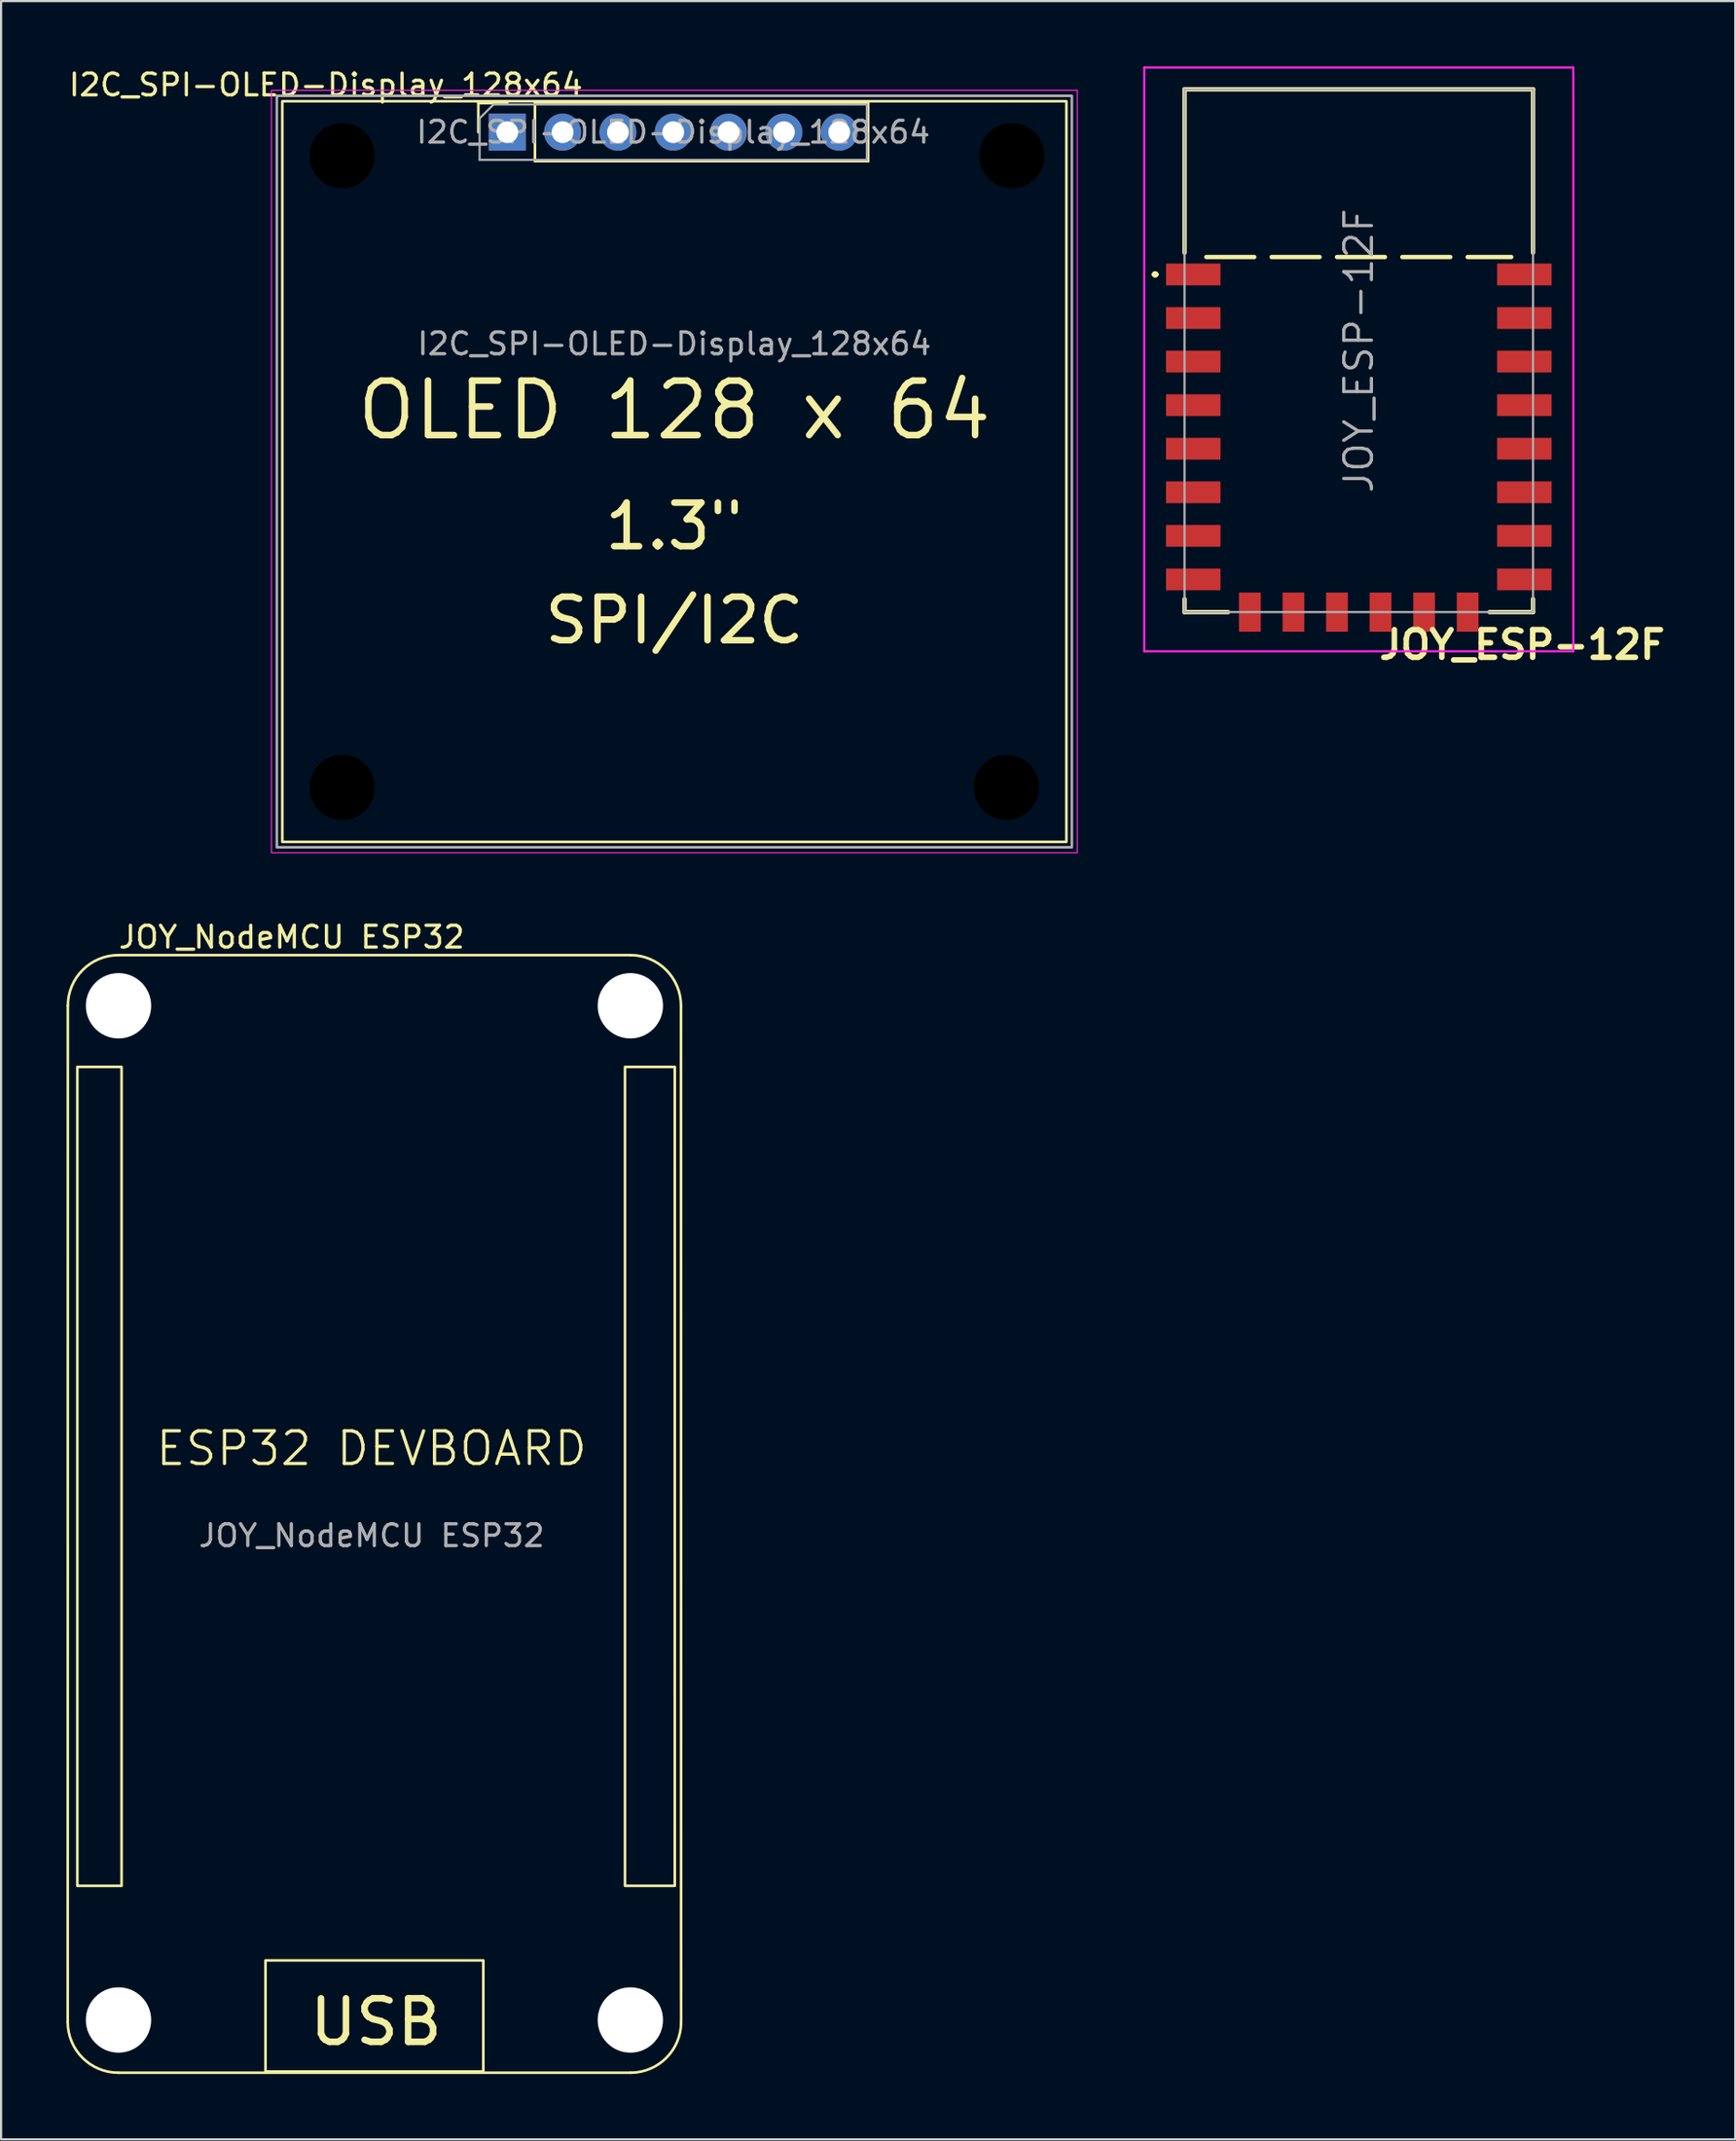
<source format=kicad_pcb>
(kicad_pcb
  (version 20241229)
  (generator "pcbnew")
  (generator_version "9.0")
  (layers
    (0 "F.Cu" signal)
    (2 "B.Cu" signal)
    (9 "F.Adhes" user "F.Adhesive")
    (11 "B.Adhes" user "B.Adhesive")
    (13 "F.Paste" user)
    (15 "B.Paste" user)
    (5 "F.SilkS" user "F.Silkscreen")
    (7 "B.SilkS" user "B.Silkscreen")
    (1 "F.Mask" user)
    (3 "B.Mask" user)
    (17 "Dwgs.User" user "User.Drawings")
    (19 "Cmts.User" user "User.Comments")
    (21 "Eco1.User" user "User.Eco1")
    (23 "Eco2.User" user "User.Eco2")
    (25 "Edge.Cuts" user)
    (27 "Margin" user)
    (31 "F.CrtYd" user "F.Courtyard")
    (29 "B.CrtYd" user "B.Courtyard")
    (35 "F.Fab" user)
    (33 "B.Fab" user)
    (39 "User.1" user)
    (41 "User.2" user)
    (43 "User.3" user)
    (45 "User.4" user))
  (footprint "JOY_ESP-12F"
    (layer "F.Cu")
    (at 59.336 13.05)
    (property "Reference" "JOY_ESP-12F" (at 7.5 13.5 0) (layer "F.SilkS") (effects (font (size 1.27 1.27) (thickness 0.254))))
    (attr smd)
    (fp_line (start -9.4 -3.5) (end -9.4 -3.5) (stroke (width 0.2) (type solid)) (layer "F.SilkS"))
    (fp_line (start -9.3 -3.5) (end -9.3 -3.5) (stroke (width 0.2) (type solid)) (layer "F.SilkS"))
    (fp_line (start -9.3 -3.5) (end -9.3 -3.5) (stroke (width 0.2) (type solid)) (layer "F.SilkS"))
    (fp_line (start -8 -12) (end 8 -12) (stroke (width 0.2) (type solid)) (layer "F.SilkS"))
    (fp_line (start -8 -4.5) (end -8 -12) (stroke (width 0.2) (type solid)) (layer "F.SilkS"))
    (fp_line (start -8 11.4) (end -8 12) (stroke (width 0.2) (type solid)) (layer "F.SilkS"))
    (fp_line (start -8 12) (end -6 12) (stroke (width 0.2) (type solid)) (layer "F.SilkS"))
    (fp_line (start -7 -4.3) (end 7 -4.3) (stroke (width 0.2) (type dash)) (layer "F.SilkS"))
    (fp_line (start 6 12) (end 8 12) (stroke (width 0.2) (type solid)) (layer "F.SilkS"))
    (fp_line (start 8 -12) (end 8 -4.5) (stroke (width 0.2) (type solid)) (layer "F.SilkS"))
    (fp_line (start 8 12) (end 8 11.4) (stroke (width 0.2) (type solid)) (layer "F.SilkS"))
    (fp_arc (start -9.4 -3.5) (mid -9.35 -3.55) (end -9.3 -3.5) (stroke (width 0.2) (type solid)) (layer "F.SilkS"))
    (fp_arc (start -9.4 -3.5) (mid -9.35 -3.55) (end -9.3 -3.5) (stroke (width 0.2) (type solid)) (layer "F.SilkS"))
    (fp_arc (start -9.3 -3.5) (mid -9.35 -3.45) (end -9.4 -3.5) (stroke (width 0.2) (type solid)) (layer "F.SilkS"))
    (fp_line (start -9.85 -13) (end -9.85 13.8) (stroke (width 0.1) (type solid)) (layer "F.CrtYd"))
    (fp_line (start -9.85 13.8) (end 9.85 13.8) (stroke (width 0.1) (type solid)) (layer "F.CrtYd"))
    (fp_line (start 9.85 -13) (end -9.85 -13) (stroke (width 0.1) (type solid)) (layer "F.CrtYd"))
    (fp_line (start 9.85 13.8) (end 9.85 -13) (stroke (width 0.1) (type solid)) (layer "F.CrtYd"))
    (fp_line (start -8 -12) (end 8 -12) (stroke (width 0.1) (type solid)) (layer "F.Fab"))
    (fp_line (start -8 12) (end -8 -12) (stroke (width 0.1) (type solid)) (layer "F.Fab"))
    (fp_line (start 8 -12) (end 8 12) (stroke (width 0.1) (type solid)) (layer "F.Fab"))
    (fp_line (start 8 12) (end -8 12) (stroke (width 0.1) (type solid)) (layer "F.Fab"))
    (fp_text user "${REFERENCE}" (at 0 0 90) (layer "F.Fab") (effects (font (size 1.27 1.27) (thickness 0.15))))
    (pad "1" smd rect (at -7.6 -3.5 90) (size 1 2.5) (layers "F.Cu" "F.Mask" "F.Paste"))
    (pad "2" smd rect (at -7.6 -1.5 90) (size 1 2.5) (layers "F.Cu" "F.Mask" "F.Paste"))
    (pad "3" smd rect (at -7.6 0.5 90) (size 1 2.5) (layers "F.Cu" "F.Mask" "F.Paste"))
    (pad "4" smd rect (at -7.6 2.5 90) (size 1 2.5) (layers "F.Cu" "F.Mask" "F.Paste"))
    (pad "5" smd rect (at -7.6 4.5 90) (size 1 2.5) (layers "F.Cu" "F.Mask" "F.Paste"))
    (pad "6" smd rect (at -7.6 6.5 90) (size 1 2.5) (layers "F.Cu" "F.Mask" "F.Paste"))
    (pad "7" smd rect (at -7.6 8.5 90) (size 1 2.5) (layers "F.Cu" "F.Mask" "F.Paste"))
    (pad "8" smd rect (at -7.6 10.5 90) (size 1 2.5) (layers "F.Cu" "F.Mask" "F.Paste"))
    (pad "9" smd rect (at -5 12) (size 1 1.8) (layers "F.Cu" "F.Mask" "F.Paste"))
    (pad "10" smd rect (at -3 12) (size 1 1.8) (layers "F.Cu" "F.Mask" "F.Paste"))
    (pad "11" smd rect (at -1 12) (size 1 1.8) (layers "F.Cu" "F.Mask" "F.Paste"))
    (pad "12" smd rect (at 1 12) (size 1 1.8) (layers "F.Cu" "F.Mask" "F.Paste"))
    (pad "13" smd rect (at 3 12) (size 1 1.8) (layers "F.Cu" "F.Mask" "F.Paste"))
    (pad "14" smd rect (at 5 12) (size 1 1.8) (layers "F.Cu" "F.Mask" "F.Paste"))
    (pad "15" smd rect (at 7.6 10.5 90) (size 1 2.5) (layers "F.Cu" "F.Mask" "F.Paste"))
    (pad "16" smd rect (at 7.6 8.5 90) (size 1 2.5) (layers "F.Cu" "F.Mask" "F.Paste"))
    (pad "17" smd rect (at 7.6 6.5 90) (size 1 2.5) (layers "F.Cu" "F.Mask" "F.Paste"))
    (pad "18" smd rect (at 7.6 4.5 90) (size 1 2.5) (layers "F.Cu" "F.Mask" "F.Paste"))
    (pad "19" smd rect (at 7.6 2.5 90) (size 1 2.5) (layers "F.Cu" "F.Mask" "F.Paste"))
    (pad "20" smd rect (at 7.6 0.5 90) (size 1 2.5) (layers "F.Cu" "F.Mask" "F.Paste"))
    (pad "21" smd rect (at 7.6 -1.5 90) (size 1 2.5) (layers "F.Cu" "F.Mask" "F.Paste"))
    (pad "22" smd rect (at 7.6 -3.5 90) (size 1 2.5) (layers "F.Cu" "F.Mask" "F.Paste")))
  (footprint "I2C_SPI-OLED-Display_128x64"
    (layer "F.Cu")
    (at 27.911 18.598)
    (property "Reference" "I2C_SPI-OLED-Display_128x64" (at -16 -17.75 0) (unlocked yes) (layer "F.SilkS") (effects (font (size 1 1) (thickness 0.15))))
    (attr through_hole)
    (fp_line (start -9 -16.91) (end -7.67 -16.91) (stroke (width 0.12) (type solid)) (layer "F.SilkS"))
    (fp_line (start -9 -15.58) (end -9 -16.91) (stroke (width 0.12) (type solid)) (layer "F.SilkS"))
    (fp_line (start -6.4 -16.91) (end 8.9 -16.91) (stroke (width 0.12) (type solid)) (layer "F.SilkS"))
    (fp_line (start -6.4 -14.25) (end -6.4 -16.91) (stroke (width 0.12) (type solid)) (layer "F.SilkS"))
    (fp_line (start -6.4 -14.25) (end 8.9 -14.25) (stroke (width 0.12) (type solid)) (layer "F.SilkS"))
    (fp_line (start 8.9 -14.25) (end 8.9 -16.91) (stroke (width 0.12) (type solid)) (layer "F.SilkS"))
    (fp_rect (start -18 -17) (end 18 17) (stroke (width 0.12) (type solid)) (fill no) (layer "F.SilkS"))
    (fp_rect (start -18.5 -17.5) (end 18.5 17.5) (stroke (width 0.05) (type solid)) (fill no) (layer "F.CrtYd"))
    (fp_line (start -8.94 -16.215) (end -8.305 -16.85) (stroke (width 0.1) (type solid)) (layer "F.Fab"))
    (fp_line (start -8.94 -14.31) (end -8.94 -16.215) (stroke (width 0.1) (type solid)) (layer "F.Fab"))
    (fp_line (start -8.305 -16.85) (end 8.84 -16.85) (stroke (width 0.1) (type solid)) (layer "F.Fab"))
    (fp_line (start 8.84 -16.85) (end 8.84 -14.31) (stroke (width 0.1) (type solid)) (layer "F.Fab"))
    (fp_line (start 8.84 -14.31) (end -8.94 -14.31) (stroke (width 0.1) (type solid)) (layer "F.Fab"))
    (fp_rect (start -18.25 -17.25) (end 18.25 17.25) (stroke (width 0.12) (type solid)) (fill no) (layer "F.Fab"))
    (fp_text user "1.3\"" (at 0 2.516 0) (unlocked yes) (layer "F.SilkS") (effects (font (size 2 2) (thickness 0.3))))
    (fp_text user "OLED 128 x 64" (at 0 -2.818 0) (unlocked yes) (layer "F.SilkS") (effects (font (size 2.5 2.5) (thickness 0.3))))
    (fp_text user "SPI/I2C" (at 0 6.834 0) (unlocked yes) (layer "F.SilkS") (effects (font (size 2 2) (thickness 0.3))))
    (fp_text user "${REFERENCE}" (at 0 -5.866 0) (unlocked yes) (layer "F.Fab") (effects (font (size 1 1) (thickness 0.15))))
    (fp_text user "${REFERENCE}" (at -0.05 -15.58 180) (layer "F.Fab") (effects (font (size 1 1) (thickness 0.15))))
    (pad "" np_thru_hole circle (at -15.25 -14.5) (size 3 3) (drill 3) (layers "*.Mask"))
    (pad "" np_thru_hole circle (at -15.25 14.5) (size 3 3) (drill 3) (layers "*.Mask"))
    (pad "" np_thru_hole circle (at 15.25 14.5) (size 3 3) (drill 3) (layers "*.Mask"))
    (pad "" np_thru_hole circle (at 15.5 -14.5) (size 3 3) (drill 3) (layers "*.Mask"))
    (pad "1" thru_hole rect (at -7.67 -15.58 90) (size 1.7 1.7) (drill 1) (layers "*.Cu" "*.Mask"))
    (pad "2" thru_hole oval (at -5.13 -15.58 90) (size 1.7 1.7) (drill 1) (layers "*.Cu" "*.Mask"))
    (pad "3" thru_hole oval (at -2.59 -15.58 90) (size 1.7 1.7) (drill 1) (layers "*.Cu" "*.Mask"))
    (pad "4" thru_hole oval (at -0.05 -15.58 90) (size 1.7 1.7) (drill 1) (layers "*.Cu" "*.Mask"))
    (pad "5" thru_hole oval (at 2.49 -15.58 90) (size 1.7 1.7) (drill 1) (layers "*.Cu" "*.Mask"))
    (pad "6" thru_hole oval (at 5.03 -15.58 90) (size 1.7 1.7) (drill 1) (layers "*.Cu" "*.Mask"))
    (pad "7" thru_hole oval (at 7.57 -15.58 90) (size 1.7 1.7) (drill 1) (layers "*.Cu" "*.Mask")))
  (footprint "JOY_NodeMCU ESP32"
    (layer "F.Cu")
    (at 1.516 46.947)
    (property "Reference" "JOY_NodeMCU ESP32" (at 0.8 -6.975 0) (unlocked yes) (layer "F.SilkS") (effects (font (size 1 1) (thickness 0.15)) (justify left)))
    (attr through_hole)
    (fp_line (start -1.45 -3.825) (end -1.456 42.831) (stroke (width 0.12) (type default)) (layer "F.SilkS"))
    (fp_line (start 0.869 45.156) (end 24.381 45.156) (stroke (width 0.12) (type default)) (layer "F.SilkS"))
    (fp_line (start 0.875 -6.15) (end 24.375 -6.15) (stroke (width 0.12) (type default)) (layer "F.SilkS"))
    (fp_line (start 26.706 42.831) (end 26.7 -3.825) (stroke (width 0.12) (type default)) (layer "F.SilkS"))
    (fp_rect (start -1.016 -1.016) (end 1.016 36.576) (stroke (width 0.12) (type default)) (fill no) (layer "F.SilkS"))
    (fp_rect (start 7.625 40) (end 17.625 45.1) (stroke (width 0.12) (type default)) (fill no) (layer "F.SilkS"))
    (fp_rect (start 26.416 36.576) (end 24.13 -1.016) (stroke (width 0.12) (type default)) (fill no) (layer "F.SilkS"))
    (fp_arc (start -1.45 -3.825) (mid -0.769023 -5.469023) (end 0.875 -6.15) (stroke (width 0.12) (type default)) (layer "F.SilkS"))
    (fp_arc (start 0.869023 45.155977) (mid -0.775 44.475) (end -1.455977 42.830977) (stroke (width 0.12) (type default)) (layer "F.SilkS"))
    (fp_arc (start 24.375 -6.15) (mid 26.019023 -5.469023) (end 26.7 -3.825) (stroke (width 0.12) (type default)) (layer "F.SilkS"))
    (fp_arc (start 26.705977 42.830977) (mid 26.025 44.475) (end 24.380977 45.155977) (stroke (width 0.12) (type default)) (layer "F.SilkS"))
    (fp_text user "ESP32 DEVBOARD" (at 2.5 16.5 0) (unlocked yes) (layer "F.SilkS") (effects (font (size 1.5 1.5) (thickness 0.15)) (justify left)))
    (fp_text user "USB" (at 9.5 44 0) (unlocked yes) (layer "F.SilkS") (effects (font (size 2 2) (thickness 0.3)) (justify left bottom)))
    (fp_text user "${REFERENCE}" (at 12.5 20.5 0) (unlocked yes) (layer "F.Fab") (effects (font (size 1 1) (thickness 0.15))))
    (pad "" np_thru_hole circle (at 0.875 -3.825 90) (size 3 3) (drill 3) (layers "*.Cu" "*.Mask"))
    (pad "" np_thru_hole circle (at 0.875 42.735) (size 3 3) (drill 3) (layers "*.Cu" "*.Mask"))
    (pad "" np_thru_hole circle (at 24.375 -3.825) (size 3 3) (drill 3) (layers "*.Cu" "*.Mask"))
    (pad "" np_thru_hole circle (at 24.375 42.735) (size 3 3) (drill 3) (layers "*.Cu" "*.Mask")))
  (gr_rect
    (start -3 -3)
    (end 76.621 95.162)
    (stroke (width 0.1) (type default))
    (fill no)
    (layer "Edge.Cuts")))
</source>
